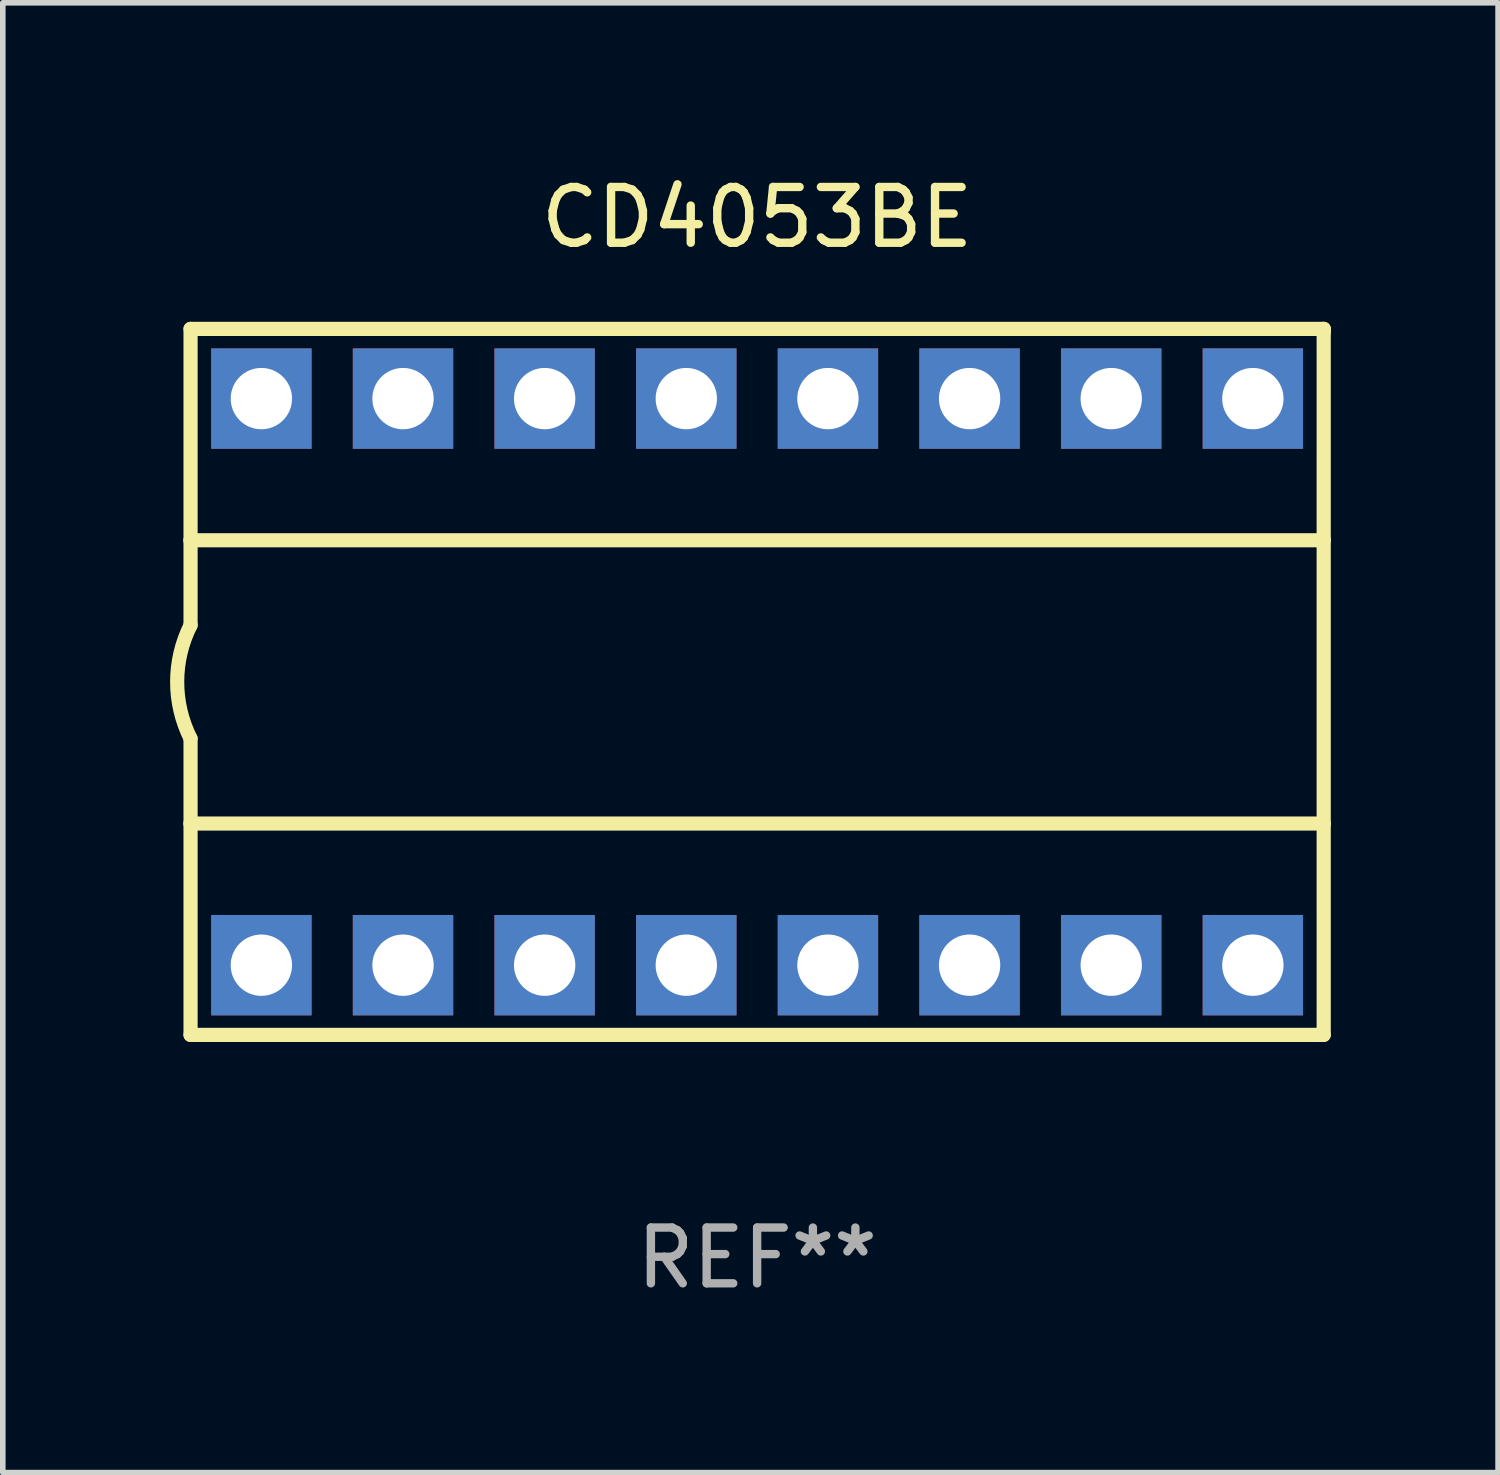
<source format=kicad_pcb>
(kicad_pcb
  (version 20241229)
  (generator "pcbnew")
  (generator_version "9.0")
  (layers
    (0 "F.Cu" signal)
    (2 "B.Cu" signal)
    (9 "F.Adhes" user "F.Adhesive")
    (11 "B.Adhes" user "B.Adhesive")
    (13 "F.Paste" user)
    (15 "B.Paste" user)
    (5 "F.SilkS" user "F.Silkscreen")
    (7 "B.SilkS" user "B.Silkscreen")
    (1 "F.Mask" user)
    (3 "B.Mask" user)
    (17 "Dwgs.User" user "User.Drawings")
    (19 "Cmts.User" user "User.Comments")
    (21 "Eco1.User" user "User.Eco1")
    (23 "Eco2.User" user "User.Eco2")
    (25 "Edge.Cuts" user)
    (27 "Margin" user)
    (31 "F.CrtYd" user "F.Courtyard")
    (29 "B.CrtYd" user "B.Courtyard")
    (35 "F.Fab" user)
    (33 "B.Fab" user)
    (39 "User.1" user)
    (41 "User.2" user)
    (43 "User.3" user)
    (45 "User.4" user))
  (footprint "CD4053BE"
    (layer "F.Cu")
    (at 10.527 9.178)
    (property "Reference" "CD4053BE" (at 0 -8.33 0) (layer "F.SilkS") (effects (font (size 1 1) (thickness 0.15))))
    (attr through_hole)
    (fp_line (start -10.16 -6.33) (end -10.16 -2.54) (stroke (width 0.254) (type solid)) (layer "F.SilkS"))
    (fp_line (start -10.16 -6.33) (end 10.16 -6.33) (stroke (width 0.254) (type solid)) (layer "F.SilkS"))
    (fp_line (start -10.16 -2.54) (end -10.16 -1.016) (stroke (width 0.254) (type solid)) (layer "F.SilkS"))
    (fp_line (start -10.16 -2.54) (end 10.16 -2.54) (stroke (width 0.254) (type solid)) (layer "F.SilkS"))
    (fp_line (start -10.16 2.54) (end -10.16 1.016) (stroke (width 0.254) (type solid)) (layer "F.SilkS"))
    (fp_line (start -10.16 2.54) (end 10.16 2.54) (stroke (width 0.254) (type solid)) (layer "F.SilkS"))
    (fp_line (start -10.16 6.33) (end -10.16 2.54) (stroke (width 0.254) (type solid)) (layer "F.SilkS"))
    (fp_line (start -10.16 6.33) (end 10.16 6.33) (stroke (width 0.254) (type solid)) (layer "F.SilkS"))
    (fp_line (start 10.16 -6.33) (end 10.16 -6.267) (stroke (width 0.254) (type solid)) (layer "F.SilkS"))
    (fp_line (start 10.16 -6.33) (end 10.16 -2.54) (stroke (width 0.254) (type solid)) (layer "F.SilkS"))
    (fp_line (start 10.16 -2.54) (end 10.16 2.54) (stroke (width 0.254) (type solid)) (layer "F.SilkS"))
    (fp_line (start 10.16 2.54) (end 10.16 6.33) (stroke (width 0.254) (type solid)) (layer "F.SilkS"))
    (fp_arc (start -10.16 1.016) (mid -10.399845 0) (end -10.16 -1.016) (stroke (width 0.254001) (type solid)) (layer "F.SilkS"))
    (fp_text user "REF**" (at 0 10.33 0) (layer "F.Fab") (effects (font (size 1 1) (thickness 0.15))))
    (pad "1" thru_hole rect (at -8.89 5.08) (size 1.8 1.8) (drill 1.1) (layers "*.Cu" "*.Mask"))
    (pad "2" thru_hole rect (at -6.35 5.08) (size 1.8 1.8) (drill 1.1) (layers "*.Cu" "*.Mask"))
    (pad "3" thru_hole rect (at -3.81 5.08) (size 1.8 1.8) (drill 1.1) (layers "*.Cu" "*.Mask"))
    (pad "4" thru_hole rect (at -1.27 5.08) (size 1.8 1.8) (drill 1.1) (layers "*.Cu" "*.Mask"))
    (pad "5" thru_hole rect (at 1.27 5.08) (size 1.8 1.8) (drill 1.1) (layers "*.Cu" "*.Mask"))
    (pad "6" thru_hole rect (at 3.81 5.08) (size 1.8 1.8) (drill 1.1) (layers "*.Cu" "*.Mask"))
    (pad "7" thru_hole rect (at 6.35 5.08) (size 1.8 1.8) (drill 1.1) (layers "*.Cu" "*.Mask"))
    (pad "8" thru_hole rect (at 8.89 5.08) (size 1.8 1.8) (drill 1.1) (layers "*.Cu" "*.Mask"))
    (pad "9" thru_hole rect (at 8.89 -5.08) (size 1.8 1.8) (drill 1.1) (layers "*.Cu" "*.Mask"))
    (pad "10" thru_hole rect (at 6.35 -5.08) (size 1.8 1.8) (drill 1.1) (layers "*.Cu" "*.Mask"))
    (pad "11" thru_hole rect (at 3.81 -5.08) (size 1.8 1.8) (drill 1.1) (layers "*.Cu" "*.Mask"))
    (pad "12" thru_hole rect (at 1.27 -5.08) (size 1.8 1.8) (drill 1.1) (layers "*.Cu" "*.Mask"))
    (pad "13" thru_hole rect (at -1.27 -5.08) (size 1.8 1.8) (drill 1.1) (layers "*.Cu" "*.Mask"))
    (pad "14" thru_hole rect (at -3.81 -5.08) (size 1.8 1.8) (drill 1.1) (layers "*.Cu" "*.Mask"))
    (pad "15" thru_hole rect (at -6.35 -5.08) (size 1.8 1.8) (drill 1.1) (layers "*.Cu" "*.Mask"))
    (pad "16" thru_hole rect (at -8.89 -5.08) (size 1.8 1.8) (drill 1.1) (layers "*.Cu" "*.Mask")))
  (gr_rect
    (start -3 -3)
    (end 23.814 23.357)
    (stroke (width 0.1) (type default))
    (fill no)
    (layer "Edge.Cuts")))
</source>
